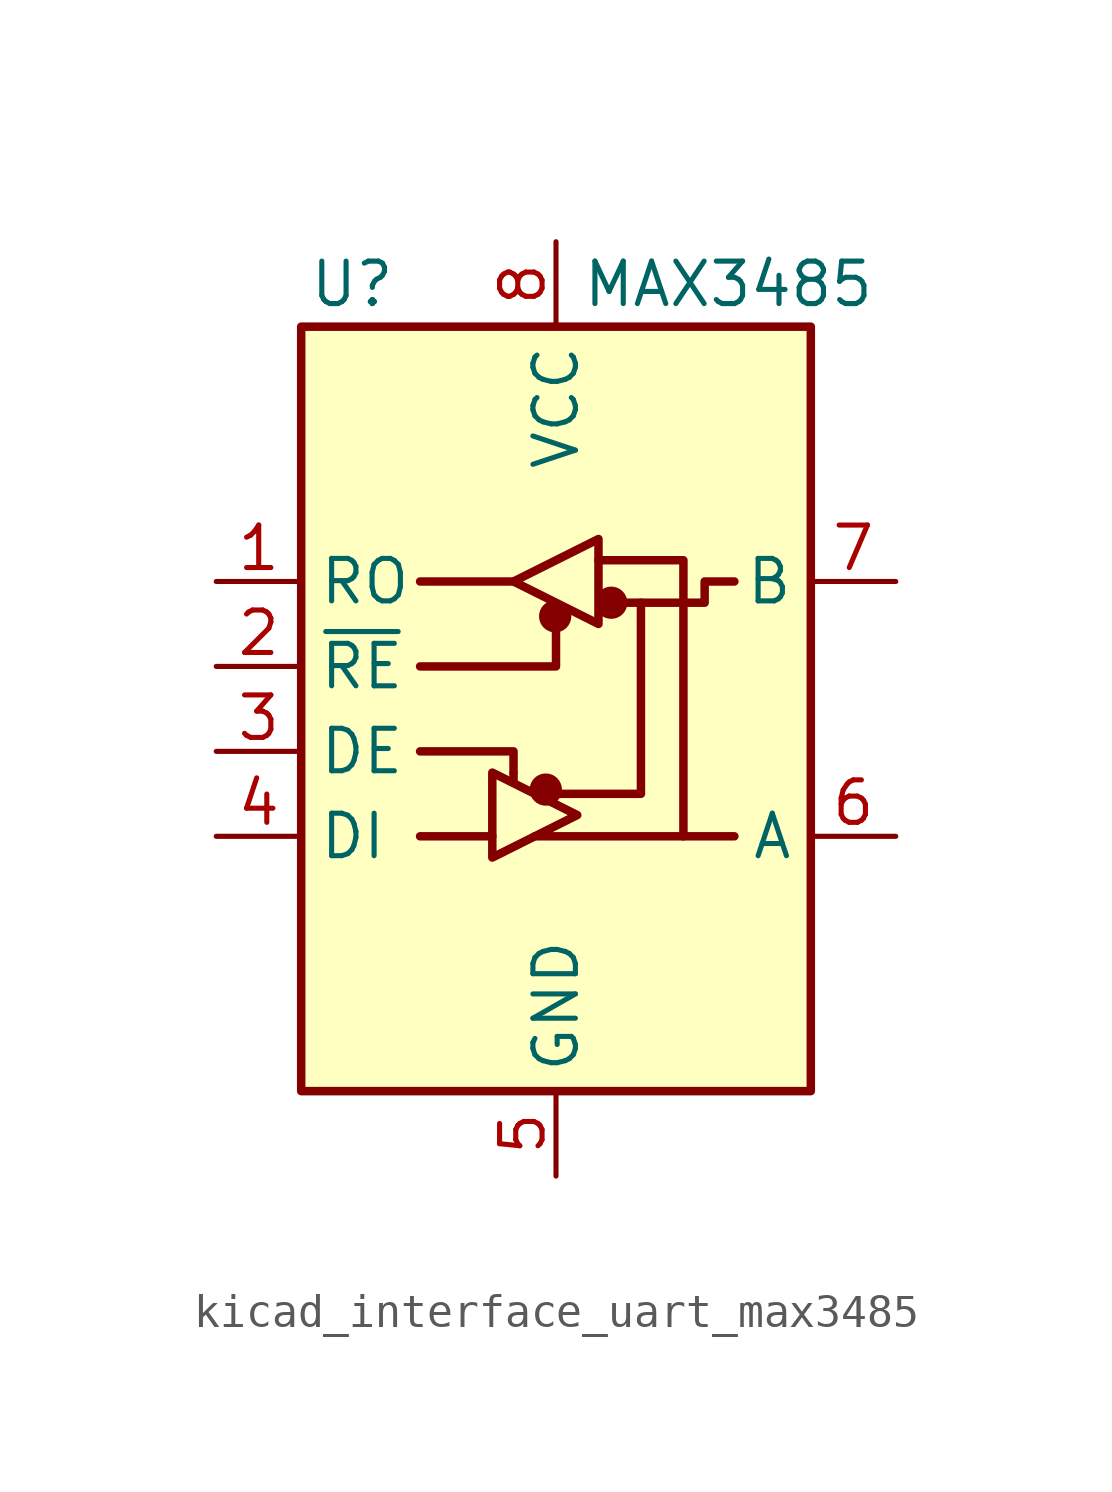
<source format=kicad_sym>
(kicad_symbol_lib
  (version 20220914)
  (generator kicad_symbol_editor)
  (symbol "kicad_interface_uart_max3485"
    (property "Reference" "U"
      (at -6.096 11.43 0)
      (effects (font (size 1.27 1.27))))
    (property "Value" "MAX3485"
      (at 0.762 11.43 0)
      (effects (font (size 1.27 1.27)) (justify left)))
    (symbol "kicad_interface_uart_max3485_0_1"
      (rectangle (start -7.62 10.16) (end 7.62 -12.7) (stroke (width 0.254) (type default)) (fill (type background)))
      (circle (center -0.305 -3.683) (radius 0.356) (stroke (width 0.254) (type default)) (fill (type outline)))
      (circle (center -0.025 1.499) (radius 0.356) (stroke (width 0.254) (type default)) (fill (type outline)))
      (polyline (pts (xy -4.064 -5.08) (xy -1.905 -5.08)) (stroke (width 0.254) (type default)) (fill (type none)))
      (polyline (pts (xy -4.064 2.54) (xy -1.27 2.54)) (stroke (width 0.254) (type default)) (fill (type none)))
      (polyline (pts (xy -1.27 -3.2) (xy -1.27 -3.454)) (stroke (width 0.254) (type default)) (fill (type none)))
      (polyline (pts (xy -0.635 -5.08) (xy 5.334 -5.08)) (stroke (width 0.254) (type default)) (fill (type none)))
      (polyline (pts (xy -4.064 -2.54) (xy -1.27 -2.54) (xy -1.27 -3.175)) (stroke (width 0.254) (type default)) (fill (type none)))
      (polyline (pts (xy 0 1.27) (xy 0 0) (xy -4.064 0)) (stroke (width 0.254) (type default)) (fill (type none)))
      (polyline (pts (xy 1.27 3.175) (xy 3.81 3.175) (xy 3.81 -5.08)) (stroke (width 0.254) (type default)) (fill (type none)))
      (polyline (pts (xy 2.54 1.905) (xy 2.54 -3.81) (xy 0 -3.81)) (stroke (width 0.254) (type default)) (fill (type none)))
      (polyline (pts (xy -1.905 -3.175) (xy -1.905 -5.715) (xy 0.635 -4.445) (xy -1.905 -3.175)) (stroke (width 0.254) (type default)) (fill (type none)))
      (polyline (pts (xy -1.27 2.54) (xy 1.27 3.81) (xy 1.27 1.27) (xy -1.27 2.54)) (stroke (width 0.254) (type default)) (fill (type none)))
      (polyline (pts (xy 1.905 1.905) (xy 4.445 1.905) (xy 4.445 2.54) (xy 5.334 2.54)) (stroke (width 0.254) (type default)) (fill (type none)))
      (rectangle (start 1.27 3.175) (end 1.27 3.175) (stroke (width 0) (type default)) (fill (type none)))
      (circle (center 1.651 1.905) (radius 0.356) (stroke (width 0.254) (type default)) (fill (type outline))))
    (symbol "kicad_interface_uart_max3485_1_1"
      (pin output line (at -10.16 2.54 0) (length 2.54) (name "RO" (effects (font (size 1.27 1.27)))) (number "1" (effects (font (size 1.27 1.27)))))
      (pin input line (at -10.16 0 0) (length 2.54) (name "~{RE}" (effects (font (size 1.27 1.27)))) (number "2" (effects (font (size 1.27 1.27)))))
      (pin input line (at -10.16 -2.54 0) (length 2.54) (name "DE" (effects (font (size 1.27 1.27)))) (number "3" (effects (font (size 1.27 1.27)))))
      (pin input line (at -10.16 -5.08 0) (length 2.54) (name "DI" (effects (font (size 1.27 1.27)))) (number "4" (effects (font (size 1.27 1.27)))))
      (pin power_in line (at 0 -15.24 90) (length 2.54) (name "GND" (effects (font (size 1.27 1.27)))) (number "5" (effects (font (size 1.27 1.27)))))
      (pin bidirectional line (at 10.16 -5.08 180) (length 2.54) (name "A" (effects (font (size 1.27 1.27)))) (number "6" (effects (font (size 1.27 1.27)))))
      (pin bidirectional line (at 10.16 2.54 180) (length 2.54) (name "B" (effects (font (size 1.27 1.27)))) (number "7" (effects (font (size 1.27 1.27)))))
      (pin power_in line (at 0 12.7 270) (length 2.54) (name "VCC" (effects (font (size 1.27 1.27)))) (number "8" (effects (font (size 1.27 1.27))))))))
</source>
